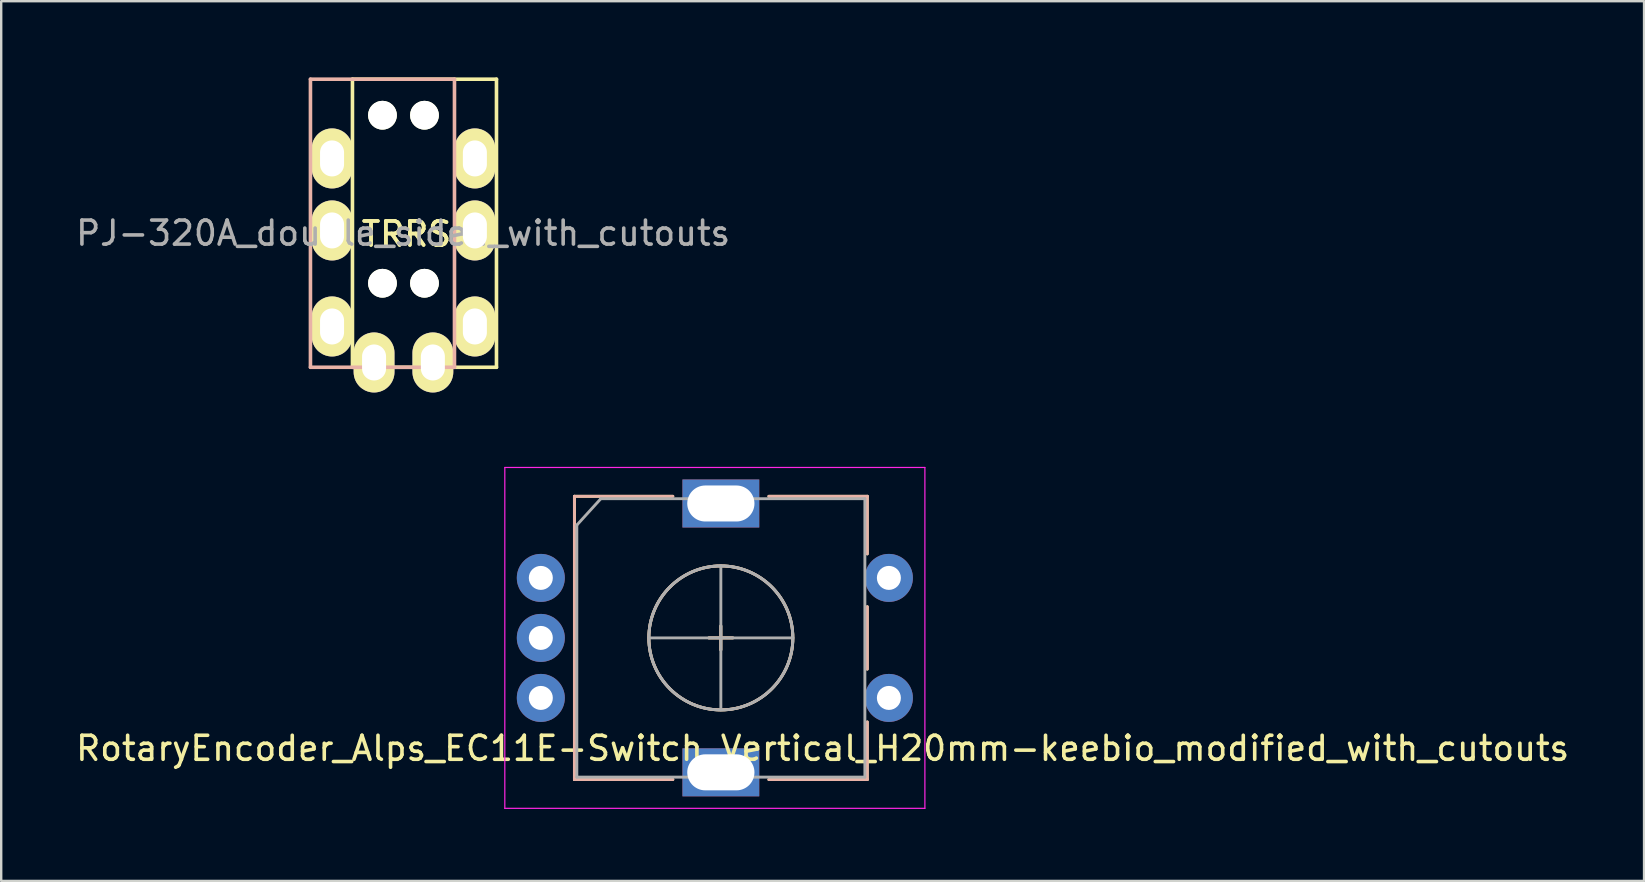
<source format=kicad_pcb>
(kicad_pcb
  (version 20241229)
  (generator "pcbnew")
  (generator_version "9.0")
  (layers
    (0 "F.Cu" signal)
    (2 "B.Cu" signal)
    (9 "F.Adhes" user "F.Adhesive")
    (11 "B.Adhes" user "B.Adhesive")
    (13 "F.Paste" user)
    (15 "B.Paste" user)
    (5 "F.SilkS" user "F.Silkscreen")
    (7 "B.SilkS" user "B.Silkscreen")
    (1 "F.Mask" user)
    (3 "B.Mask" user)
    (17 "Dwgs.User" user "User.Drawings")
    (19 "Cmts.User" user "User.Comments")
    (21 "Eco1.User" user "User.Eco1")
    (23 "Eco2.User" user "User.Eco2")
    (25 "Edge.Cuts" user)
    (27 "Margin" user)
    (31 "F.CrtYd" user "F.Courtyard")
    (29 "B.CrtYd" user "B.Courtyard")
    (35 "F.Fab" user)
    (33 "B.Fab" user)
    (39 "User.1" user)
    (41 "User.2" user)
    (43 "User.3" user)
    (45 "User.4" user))
  (footprint "PJ-320A_double_sided_with_cutouts"
    (layer "F.Cu")
    (at 14.633 0.25)
    (property "Reference" "PJ-320A_double_sided_with_cutouts" (at -0.889 6.413 0) (layer "F.Fab") (effects (font (size 1 1) (thickness 0.15))))
    (attr through_hole)
    (fp_line (start -3 0) (end 3 0) (stroke (width 0.15) (type solid)) (layer "F.SilkS"))
    (fp_line (start -3 12) (end -3 0) (stroke (width 0.15) (type solid)) (layer "F.SilkS"))
    (fp_line (start 3 0) (end 3 12) (stroke (width 0.15) (type solid)) (layer "F.SilkS"))
    (fp_line (start 3 12) (end -3 12) (stroke (width 0.15) (type solid)) (layer "F.SilkS"))
    (fp_line (start -4.75 0) (end 1.25 0) (stroke (width 0.15) (type solid)) (layer "B.SilkS"))
    (fp_line (start -4.75 12) (end -4.75 0) (stroke (width 0.15) (type solid)) (layer "B.SilkS"))
    (fp_line (start 1.25 0) (end 1.25 12) (stroke (width 0.15) (type solid)) (layer "B.SilkS"))
    (fp_line (start 1.25 12) (end -4.75 12) (stroke (width 0.15) (type solid)) (layer "B.SilkS"))
    (fp_line (start -3 12.2) (end -3 11.4) (stroke (width 0.1) (type default)) (layer "User.6"))
    (fp_line (start -1.2 12.2) (end -1.2 11.4) (stroke (width 0.1) (type default)) (layer "User.6"))
    (fp_line (start 1.2 3.7) (end 1.2 2.9) (stroke (width 0.1) (type default)) (layer "User.6"))
    (fp_line (start 1.2 6.7) (end 1.2 5.9) (stroke (width 0.1) (type default)) (layer "User.6"))
    (fp_line (start 1.2 10.7) (end 1.2 9.9) (stroke (width 0.1) (type default)) (layer "User.6"))
    (fp_line (start 3 3.7) (end 3 2.9) (stroke (width 0.1) (type default)) (layer "User.6"))
    (fp_line (start 3 6.7) (end 3 5.9) (stroke (width 0.1) (type default)) (layer "User.6"))
    (fp_line (start 3 10.7) (end 3 9.9) (stroke (width 0.1) (type default)) (layer "User.6"))
    (fp_arc (start -3 11.4) (mid -2.1 10.5) (end -1.2 11.4) (stroke (width 0.1) (type default)) (layer "User.6"))
    (fp_arc (start -1.2 12.2) (mid -2.1 13.1) (end -3 12.2) (stroke (width 0.1) (type default)) (layer "User.6"))
    (fp_arc (start 1.2 2.9) (mid 2.1 2) (end 3 2.9) (stroke (width 0.1) (type default)) (layer "User.6"))
    (fp_arc (start 1.2 5.9) (mid 2.1 5) (end 3 5.9) (stroke (width 0.1) (type default)) (layer "User.6"))
    (fp_arc (start 1.2 9.9) (mid 2.1 9) (end 3 9.9) (stroke (width 0.1) (type default)) (layer "User.6"))
    (fp_arc (start 3 3.7) (mid 2.1 4.6) (end 1.2 3.7) (stroke (width 0.1) (type default)) (layer "User.6"))
    (fp_arc (start 3 6.7) (mid 2.1 7.6) (end 1.2 6.7) (stroke (width 0.1) (type default)) (layer "User.6"))
    (fp_arc (start 3 10.7) (mid 2.1 11.6) (end 1.2 10.7) (stroke (width 0.1) (type default)) (layer "User.6"))
    (fp_line (start -4.75 3.7) (end -4.75 2.9) (stroke (width 0.1) (type default)) (layer "User.7"))
    (fp_line (start -4.75 6.7) (end -4.75 5.9) (stroke (width 0.1) (type default)) (layer "User.7"))
    (fp_line (start -4.75 10.7) (end -4.75 9.9) (stroke (width 0.1) (type default)) (layer "User.7"))
    (fp_line (start -2.95 3.7) (end -2.95 2.9) (stroke (width 0.1) (type default)) (layer "User.7"))
    (fp_line (start -2.95 6.7) (end -2.95 5.9) (stroke (width 0.1) (type default)) (layer "User.7"))
    (fp_line (start -2.95 10.7) (end -2.95 9.9) (stroke (width 0.1) (type default)) (layer "User.7"))
    (fp_line (start -0.55 12.2) (end -0.55 11.4) (stroke (width 0.1) (type default)) (layer "User.7"))
    (fp_line (start 1.25 12.2) (end 1.25 11.4) (stroke (width 0.1) (type default)) (layer "User.7"))
    (fp_arc (start -4.75 2.9) (mid -3.85 2) (end -2.95 2.9) (stroke (width 0.1) (type default)) (layer "User.7"))
    (fp_arc (start -4.75 5.9) (mid -3.85 5) (end -2.95 5.9) (stroke (width 0.1) (type default)) (layer "User.7"))
    (fp_arc (start -4.75 9.9) (mid -3.85 9) (end -2.95 9.9) (stroke (width 0.1) (type default)) (layer "User.7"))
    (fp_arc (start -2.95 3.7) (mid -3.85 4.6) (end -4.75 3.7) (stroke (width 0.1) (type default)) (layer "User.7"))
    (fp_arc (start -2.95 6.7) (mid -3.85 7.6) (end -4.75 6.7) (stroke (width 0.1) (type default)) (layer "User.7"))
    (fp_arc (start -2.95 10.7) (mid -3.85 11.6) (end -4.75 10.7) (stroke (width 0.1) (type default)) (layer "User.7"))
    (fp_arc (start -0.55 11.4) (mid 0.35 10.5) (end 1.25 11.4) (stroke (width 0.1) (type default)) (layer "User.7"))
    (fp_arc (start 1.25 12.2) (mid 0.35 13.1) (end -0.55 12.2) (stroke (width 0.1) (type default)) (layer "User.7"))
    (fp_text user "TRRS" (at -0.75 6.45 0) (layer "F.SilkS") (effects (font (size 1 1) (thickness 0.15))))
    (fp_text user "TRRS" (at -0.75 6.45 0) (layer "F.SilkS") (effects (font (size 1 1) (thickness 0.15))))
    (pad "" np_thru_hole circle (at -1.75 1.5) (size 1.2 1.2) (drill 1.2) (layers "*.Cu" "*.Mask" "F.SilkS"))
    (pad "" np_thru_hole circle (at -1.75 8.5) (size 1.2 1.2) (drill 1.2) (layers "*.Cu" "*.Mask" "F.SilkS"))
    (pad "" np_thru_hole circle (at 0 1.5) (size 1.2 1.2) (drill 1.2) (layers "*.Cu" "*.Mask" "F.SilkS"))
    (pad "" np_thru_hole circle (at 0 8.5) (size 1.2 1.2) (drill 1.2) (layers "*.Cu" "*.Mask" "F.SilkS"))
    (pad "1" thru_hole oval (at -3.85 10.3) (size 1.7 2.5) (drill oval 1 1.5) (layers "*.Cu" "*.Mask" "F.SilkS"))
    (pad "1" thru_hole oval (at 2.1 10.3) (size 1.7 2.5) (drill oval 1 1.5) (layers "*.Cu" "*.Mask" "F.SilkS"))
    (pad "2" thru_hole oval (at -3.85 6.3) (size 1.7 2.5) (drill oval 1 1.5) (layers "*.Cu" "*.Mask" "F.SilkS"))
    (pad "2" thru_hole oval (at 2.1 6.3) (size 1.7 2.5) (drill oval 1 1.5) (layers "*.Cu" "*.Mask" "F.SilkS"))
    (pad "3" thru_hole oval (at -3.85 3.3) (size 1.7 2.5) (drill oval 1 1.5) (layers "*.Cu" "*.Mask" "F.SilkS"))
    (pad "3" thru_hole oval (at 2.1 3.3) (size 1.7 2.5) (drill oval 1 1.5) (layers "*.Cu" "*.Mask" "F.SilkS"))
    (pad "4" thru_hole oval (at -2.1 11.8) (size 1.7 2.5) (drill oval 1 1.5) (layers "*.Cu" "*.Mask" "F.SilkS"))
    (pad "4" thru_hole oval (at 0.35 11.8) (size 1.7 2.5) (drill oval 1 1.5) (layers "*.Cu" "*.Mask" "F.SilkS")))
  (footprint "RotaryEncoder_Alps_EC11E-Switch_Vertical_H20mm-keebio_modified_with_cutouts"
    (layer "F.Cu")
    (at 26.98 23.525)
    (property "Reference" "RotaryEncoder_Alps_EC11E-Switch_Vertical_H20mm-keebio_modified_with_cutouts" (at 4.24 4.6 0) (layer "F.SilkS") (effects (font (size 1 1) (thickness 0.15))))
    (attr through_hole)
    (fp_line (start -6.1 -5.9) (end -6.1 5.9) (stroke (width 0.12) (type solid)) (layer "F.SilkS"))
    (fp_line (start -2 -5.9) (end -6.1 -5.9) (stroke (width 0.12) (type solid)) (layer "F.SilkS"))
    (fp_line (start -2 5.9) (end -6.1 5.9) (stroke (width 0.12) (type solid)) (layer "F.SilkS"))
    (fp_line (start -0.5 0) (end 0.5 0) (stroke (width 0.12) (type solid)) (layer "F.SilkS"))
    (fp_line (start 0 -0.5) (end 0 0.5) (stroke (width 0.12) (type solid)) (layer "F.SilkS"))
    (fp_line (start 2 -5.9) (end 6.1 -5.9) (stroke (width 0.12) (type solid)) (layer "F.SilkS"))
    (fp_line (start 6.1 -5.9) (end 6.1 -3.5) (stroke (width 0.12) (type solid)) (layer "F.SilkS"))
    (fp_line (start 6.1 -1.3) (end 6.1 1.3) (stroke (width 0.12) (type solid)) (layer "F.SilkS"))
    (fp_line (start 6.1 3.5) (end 6.1 5.9) (stroke (width 0.12) (type solid)) (layer "F.SilkS"))
    (fp_line (start 6.1 5.9) (end 2 5.9) (stroke (width 0.12) (type solid)) (layer "F.SilkS"))
    (fp_circle (center 0 0) (end 3 0) (stroke (width 0.12) (type solid)) (fill no) (layer "F.SilkS"))
    (fp_line (start -6.1 -5.9) (end -6.1 5.9) (stroke (width 0.12) (type solid)) (layer "B.SilkS"))
    (fp_line (start -2 -5.9) (end -6.1 -5.9) (stroke (width 0.12) (type solid)) (layer "B.SilkS"))
    (fp_line (start -2 5.9) (end -6.1 5.9) (stroke (width 0.12) (type solid)) (layer "B.SilkS"))
    (fp_line (start -0.5 0) (end 0.5 0) (stroke (width 0.12) (type solid)) (layer "B.SilkS"))
    (fp_line (start 0 -0.5) (end 0 0.5) (stroke (width 0.12) (type solid)) (layer "B.SilkS"))
    (fp_line (start 2 -5.9) (end 6.1 -5.9) (stroke (width 0.12) (type solid)) (layer "B.SilkS"))
    (fp_line (start 6.1 -5.9) (end 6.1 -3.5) (stroke (width 0.12) (type solid)) (layer "B.SilkS"))
    (fp_line (start 6.1 -1.3) (end 6.1 1.3) (stroke (width 0.12) (type solid)) (layer "B.SilkS"))
    (fp_line (start 6.1 3.5) (end 6.1 5.9) (stroke (width 0.12) (type solid)) (layer "B.SilkS"))
    (fp_line (start 6.1 5.9) (end 2 5.9) (stroke (width 0.12) (type solid)) (layer "B.SilkS"))
    (fp_circle (center 0 0) (end 3 0) (stroke (width 0.12) (type solid)) (fill no) (layer "B.SilkS"))
    (fp_line (start -9 -7.1) (end -9 7.1) (stroke (width 0.05) (type solid)) (layer "F.CrtYd"))
    (fp_line (start -9 -7.1) (end 8.5 -7.1) (stroke (width 0.05) (type solid)) (layer "F.CrtYd"))
    (fp_line (start 8.5 7.1) (end -9 7.1) (stroke (width 0.05) (type solid)) (layer "F.CrtYd"))
    (fp_line (start 8.5 7.1) (end 8.5 -7.1) (stroke (width 0.05) (type solid)) (layer "F.CrtYd"))
    (fp_line (start -6 -4.7) (end -5 -5.8) (stroke (width 0.12) (type solid)) (layer "F.Fab"))
    (fp_line (start -6 5.8) (end -6 -4.7) (stroke (width 0.12) (type solid)) (layer "F.Fab"))
    (fp_line (start -5 -5.8) (end 6 -5.8) (stroke (width 0.12) (type solid)) (layer "F.Fab"))
    (fp_line (start -3 0) (end 3 0) (stroke (width 0.12) (type solid)) (layer "F.Fab"))
    (fp_line (start 0 -3) (end 0 3) (stroke (width 0.12) (type solid)) (layer "F.Fab"))
    (fp_line (start 6 -5.8) (end 6 5.8) (stroke (width 0.12) (type solid)) (layer "F.Fab"))
    (fp_line (start 6 5.8) (end -6 5.8) (stroke (width 0.12) (type solid)) (layer "F.Fab"))
    (fp_circle (center 0 0) (end 3 0) (stroke (width 0.12) (type solid)) (fill no) (layer "F.Fab"))
    (fp_rect (start -1.7 -6.7) (end 1.7 -4.5) (stroke (width 0.1) (type default)) (fill no) (layer "User.5"))
    (fp_rect (start -1.7 4.5) (end 1.7 6.7) (stroke (width 0.1) (type default)) (fill no) (layer "User.5"))
    (fp_circle (center -7.5 -2.5) (end -6.4 -2.5) (stroke (width 0.1) (type default)) (fill no) (layer "User.5"))
    (fp_circle (center -7.5 0) (end -6.4 0) (stroke (width 0.1) (type default)) (fill no) (layer "User.5"))
    (fp_circle (center -7.5 2.5) (end -6.4 2.5) (stroke (width 0.1) (type default)) (fill no) (layer "User.5"))
    (fp_circle (center 7 -2.5) (end 8.1 -2.5) (stroke (width 0.1) (type default)) (fill no) (layer "User.5"))
    (fp_circle (center 7 2.5) (end 8.1 2.5) (stroke (width 0.1) (type default)) (fill no) (layer "User.5"))
    (pad "A" thru_hole circle (at -7.5 -2.5) (size 2 2) (drill 1) (layers "*.Cu" "*.Mask"))
    (pad "B" thru_hole circle (at -7.5 2.5) (size 2 2) (drill 1) (layers "*.Cu" "*.Mask"))
    (pad "C" thru_hole circle (at -7.5 0) (size 2 2) (drill 1) (layers "*.Cu" "*.Mask"))
    (pad "MP" thru_hole rect (at 0 -5.6) (size 3.2 2) (drill oval 2.8 1.5) (layers "*.Cu" "*.Mask"))
    (pad "MP" thru_hole rect (at 0 5.6) (size 3.2 2) (drill oval 2.8 1.5) (layers "*.Cu" "*.Mask"))
    (pad "S1" thru_hole circle (at 7 2.5) (size 2 2) (drill 1) (layers "*.Cu" "*.Mask"))
    (pad "S2" thru_hole circle (at 7 -2.5) (size 2 2) (drill 1) (layers "*.Cu" "*.Mask")))
  (gr_rect
    (start -3 -3)
    (end 65.44 33.65)
    (stroke (width 0.1) (type default))
    (fill no)
    (layer "Edge.Cuts")))
</source>
